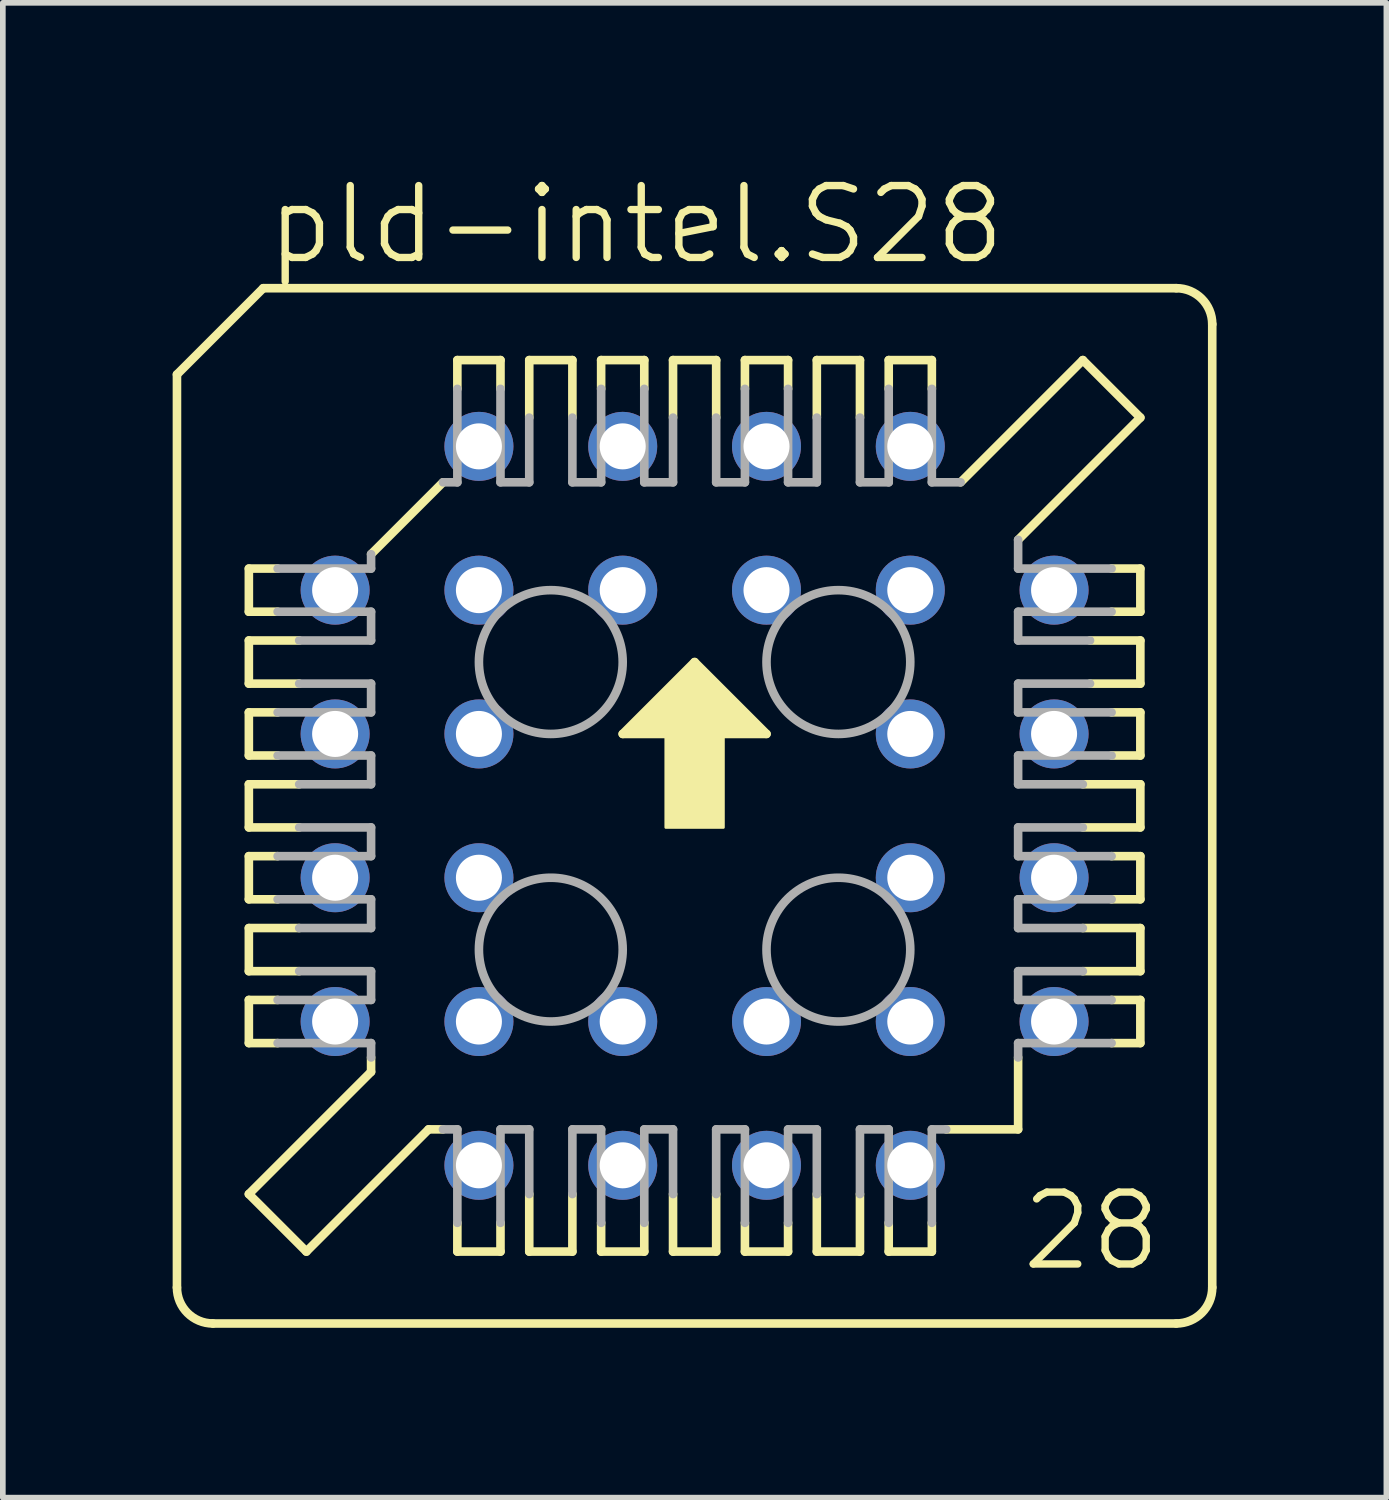
<source format=kicad_pcb>
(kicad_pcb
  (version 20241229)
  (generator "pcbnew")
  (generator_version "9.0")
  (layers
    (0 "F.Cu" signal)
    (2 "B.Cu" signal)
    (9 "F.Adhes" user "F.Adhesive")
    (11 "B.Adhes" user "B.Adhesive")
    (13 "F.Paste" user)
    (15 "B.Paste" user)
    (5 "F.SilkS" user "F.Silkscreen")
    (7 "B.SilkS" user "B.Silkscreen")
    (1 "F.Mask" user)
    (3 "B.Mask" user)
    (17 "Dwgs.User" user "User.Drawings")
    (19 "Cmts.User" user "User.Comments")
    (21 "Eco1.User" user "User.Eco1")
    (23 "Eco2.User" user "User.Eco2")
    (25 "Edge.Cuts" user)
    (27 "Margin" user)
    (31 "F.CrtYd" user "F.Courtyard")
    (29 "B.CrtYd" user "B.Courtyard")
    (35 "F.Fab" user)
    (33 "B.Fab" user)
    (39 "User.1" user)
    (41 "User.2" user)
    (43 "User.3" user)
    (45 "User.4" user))
  (footprint "pld-intel.S28"
    (layer "F.Cu")
    (at 9.22 11.185)
    (property "Reference" "pld-intel.S28" (at -7.62 -9.525 0) (layer "F.SilkS") (effects (font (size 1.27 1.27) (thickness 0.13)) (justify left bottom)))
    (attr through_hole)
    (fp_line (start -9.144 -7.62) (end -9.144 8.509) (stroke (width 0.152) (type default)) (layer "F.SilkS"))
    (fp_line (start -7.874 -4.191) (end -7.366 -4.191) (stroke (width 0.152) (type default)) (layer "F.SilkS"))
    (fp_line (start -7.874 -3.429) (end -7.874 -4.191) (stroke (width 0.152) (type default)) (layer "F.SilkS"))
    (fp_line (start -7.874 -2.921) (end -6.985 -2.921) (stroke (width 0.152) (type default)) (layer "F.SilkS"))
    (fp_line (start -7.874 -2.159) (end -7.874 -2.921) (stroke (width 0.152) (type default)) (layer "F.SilkS"))
    (fp_line (start -7.874 -1.651) (end -7.366 -1.651) (stroke (width 0.152) (type default)) (layer "F.SilkS"))
    (fp_line (start -7.874 -0.889) (end -7.874 -1.651) (stroke (width 0.152) (type default)) (layer "F.SilkS"))
    (fp_line (start -7.874 -0.381) (end -6.985 -0.381) (stroke (width 0.152) (type default)) (layer "F.SilkS"))
    (fp_line (start -7.874 0.381) (end -7.874 -0.381) (stroke (width 0.152) (type default)) (layer "F.SilkS"))
    (fp_line (start -7.874 0.889) (end -7.366 0.889) (stroke (width 0.152) (type default)) (layer "F.SilkS"))
    (fp_line (start -7.874 1.651) (end -7.874 0.889) (stroke (width 0.152) (type default)) (layer "F.SilkS"))
    (fp_line (start -7.874 2.159) (end -6.985 2.159) (stroke (width 0.152) (type default)) (layer "F.SilkS"))
    (fp_line (start -7.874 2.921) (end -7.874 2.159) (stroke (width 0.152) (type default)) (layer "F.SilkS"))
    (fp_line (start -7.874 3.429) (end -7.366 3.429) (stroke (width 0.152) (type default)) (layer "F.SilkS"))
    (fp_line (start -7.874 4.191) (end -7.874 3.429) (stroke (width 0.152) (type default)) (layer "F.SilkS"))
    (fp_line (start -7.874 6.858) (end -5.715 4.699) (stroke (width 0.152) (type default)) (layer "F.SilkS"))
    (fp_line (start -7.62 -9.144) (end -9.144 -7.62) (stroke (width 0.152) (type default)) (layer "F.SilkS"))
    (fp_line (start -7.366 -3.429) (end -7.874 -3.429) (stroke (width 0.152) (type default)) (layer "F.SilkS"))
    (fp_line (start -7.366 -0.889) (end -7.874 -0.889) (stroke (width 0.152) (type default)) (layer "F.SilkS"))
    (fp_line (start -7.366 1.651) (end -7.874 1.651) (stroke (width 0.152) (type default)) (layer "F.SilkS"))
    (fp_line (start -7.366 4.191) (end -7.874 4.191) (stroke (width 0.152) (type default)) (layer "F.SilkS"))
    (fp_line (start -6.985 -2.159) (end -7.874 -2.159) (stroke (width 0.152) (type default)) (layer "F.SilkS"))
    (fp_line (start -6.985 0.381) (end -7.874 0.381) (stroke (width 0.152) (type default)) (layer "F.SilkS"))
    (fp_line (start -6.985 2.921) (end -7.874 2.921) (stroke (width 0.152) (type default)) (layer "F.SilkS"))
    (fp_line (start -6.858 7.874) (end -7.874 6.858) (stroke (width 0.152) (type default)) (layer "F.SilkS"))
    (fp_line (start -6.858 7.874) (end -4.699 5.715) (stroke (width 0.152) (type default)) (layer "F.SilkS"))
    (fp_line (start -5.715 -4.445) (end -4.445 -5.715) (stroke (width 0.152) (type default)) (layer "F.SilkS"))
    (fp_line (start -5.715 4.699) (end -5.715 4.445) (stroke (width 0.152) (type default)) (layer "F.SilkS"))
    (fp_line (start -4.699 5.715) (end -4.445 5.715) (stroke (width 0.152) (type default)) (layer "F.SilkS"))
    (fp_line (start -4.191 -7.874) (end -4.191 -7.366) (stroke (width 0.152) (type default)) (layer "F.SilkS"))
    (fp_line (start -4.191 7.366) (end -4.191 7.874) (stroke (width 0.152) (type default)) (layer "F.SilkS"))
    (fp_line (start -4.191 7.874) (end -3.429 7.874) (stroke (width 0.152) (type default)) (layer "F.SilkS"))
    (fp_line (start -3.429 -7.874) (end -4.191 -7.874) (stroke (width 0.152) (type default)) (layer "F.SilkS"))
    (fp_line (start -3.429 -7.366) (end -3.429 -7.874) (stroke (width 0.152) (type default)) (layer "F.SilkS"))
    (fp_line (start -3.429 7.874) (end -3.429 7.366) (stroke (width 0.152) (type default)) (layer "F.SilkS"))
    (fp_line (start -2.921 -7.874) (end -2.921 -6.858) (stroke (width 0.152) (type default)) (layer "F.SilkS"))
    (fp_line (start -2.921 6.858) (end -2.921 7.874) (stroke (width 0.152) (type default)) (layer "F.SilkS"))
    (fp_line (start -2.921 7.874) (end -2.159 7.874) (stroke (width 0.152) (type default)) (layer "F.SilkS"))
    (fp_line (start -2.159 -7.874) (end -2.921 -7.874) (stroke (width 0.152) (type default)) (layer "F.SilkS"))
    (fp_line (start -2.159 -6.858) (end -2.159 -7.874) (stroke (width 0.152) (type default)) (layer "F.SilkS"))
    (fp_line (start -2.159 7.874) (end -2.159 6.858) (stroke (width 0.152) (type default)) (layer "F.SilkS"))
    (fp_line (start -1.651 -7.874) (end -1.651 -7.366) (stroke (width 0.152) (type default)) (layer "F.SilkS"))
    (fp_line (start -1.651 7.366) (end -1.651 7.874) (stroke (width 0.152) (type default)) (layer "F.SilkS"))
    (fp_line (start -1.651 7.874) (end -0.889 7.874) (stroke (width 0.152) (type default)) (layer "F.SilkS"))
    (fp_line (start -1.27 -1.27) (end 1.27 -1.27) (stroke (width 0.152) (type default)) (layer "F.SilkS"))
    (fp_line (start -0.889 -7.874) (end -1.651 -7.874) (stroke (width 0.152) (type default)) (layer "F.SilkS"))
    (fp_line (start -0.889 -7.366) (end -0.889 -7.874) (stroke (width 0.152) (type default)) (layer "F.SilkS"))
    (fp_line (start -0.889 7.874) (end -0.889 7.366) (stroke (width 0.152) (type default)) (layer "F.SilkS"))
    (fp_line (start -0.381 -7.874) (end -0.381 -6.858) (stroke (width 0.152) (type default)) (layer "F.SilkS"))
    (fp_line (start -0.381 6.858) (end -0.381 7.874) (stroke (width 0.152) (type default)) (layer "F.SilkS"))
    (fp_line (start -0.381 7.874) (end 0.381 7.874) (stroke (width 0.152) (type default)) (layer "F.SilkS"))
    (fp_line (start 0 -2.54) (end -1.27 -1.27) (stroke (width 0.152) (type default)) (layer "F.SilkS"))
    (fp_line (start 0.381 -7.874) (end -0.381 -7.874) (stroke (width 0.152) (type default)) (layer "F.SilkS"))
    (fp_line (start 0.381 -6.858) (end 0.381 -7.874) (stroke (width 0.152) (type default)) (layer "F.SilkS"))
    (fp_line (start 0.381 7.874) (end 0.381 6.858) (stroke (width 0.152) (type default)) (layer "F.SilkS"))
    (fp_line (start 0.889 -7.874) (end 0.889 -7.366) (stroke (width 0.152) (type default)) (layer "F.SilkS"))
    (fp_line (start 0.889 7.366) (end 0.889 7.874) (stroke (width 0.152) (type default)) (layer "F.SilkS"))
    (fp_line (start 0.889 7.874) (end 1.651 7.874) (stroke (width 0.152) (type default)) (layer "F.SilkS"))
    (fp_line (start 1.27 -1.27) (end 0 -2.54) (stroke (width 0.152) (type default)) (layer "F.SilkS"))
    (fp_line (start 1.651 -7.874) (end 0.889 -7.874) (stroke (width 0.152) (type default)) (layer "F.SilkS"))
    (fp_line (start 1.651 -7.366) (end 1.651 -7.874) (stroke (width 0.152) (type default)) (layer "F.SilkS"))
    (fp_line (start 1.651 7.874) (end 1.651 7.366) (stroke (width 0.152) (type default)) (layer "F.SilkS"))
    (fp_line (start 2.159 -7.874) (end 2.159 -6.858) (stroke (width 0.152) (type default)) (layer "F.SilkS"))
    (fp_line (start 2.159 6.858) (end 2.159 7.874) (stroke (width 0.152) (type default)) (layer "F.SilkS"))
    (fp_line (start 2.159 7.874) (end 2.921 7.874) (stroke (width 0.152) (type default)) (layer "F.SilkS"))
    (fp_line (start 2.921 -7.874) (end 2.159 -7.874) (stroke (width 0.152) (type default)) (layer "F.SilkS"))
    (fp_line (start 2.921 -6.858) (end 2.921 -7.874) (stroke (width 0.152) (type default)) (layer "F.SilkS"))
    (fp_line (start 2.921 7.874) (end 2.921 6.858) (stroke (width 0.152) (type default)) (layer "F.SilkS"))
    (fp_line (start 3.429 -7.874) (end 3.429 -7.366) (stroke (width 0.152) (type default)) (layer "F.SilkS"))
    (fp_line (start 3.429 7.366) (end 3.429 7.874) (stroke (width 0.152) (type default)) (layer "F.SilkS"))
    (fp_line (start 3.429 7.874) (end 4.191 7.874) (stroke (width 0.152) (type default)) (layer "F.SilkS"))
    (fp_line (start 4.191 -7.874) (end 3.429 -7.874) (stroke (width 0.152) (type default)) (layer "F.SilkS"))
    (fp_line (start 4.191 -7.366) (end 4.191 -7.874) (stroke (width 0.152) (type default)) (layer "F.SilkS"))
    (fp_line (start 4.191 7.874) (end 4.191 7.366) (stroke (width 0.152) (type default)) (layer "F.SilkS"))
    (fp_line (start 4.445 5.715) (end 5.715 5.715) (stroke (width 0.152) (type default)) (layer "F.SilkS"))
    (fp_line (start 5.715 4.445) (end 5.715 5.715) (stroke (width 0.152) (type default)) (layer "F.SilkS"))
    (fp_line (start 6.858 -7.874) (end 4.699 -5.715) (stroke (width 0.152) (type default)) (layer "F.SilkS"))
    (fp_line (start 6.858 -0.381) (end 7.874 -0.381) (stroke (width 0.152) (type default)) (layer "F.SilkS"))
    (fp_line (start 6.858 2.159) (end 7.874 2.159) (stroke (width 0.152) (type default)) (layer "F.SilkS"))
    (fp_line (start 6.985 -2.921) (end 7.874 -2.921) (stroke (width 0.152) (type default)) (layer "F.SilkS"))
    (fp_line (start 7.366 -4.191) (end 7.874 -4.191) (stroke (width 0.152) (type default)) (layer "F.SilkS"))
    (fp_line (start 7.366 -1.651) (end 7.874 -1.651) (stroke (width 0.152) (type default)) (layer "F.SilkS"))
    (fp_line (start 7.366 0.889) (end 7.874 0.889) (stroke (width 0.152) (type default)) (layer "F.SilkS"))
    (fp_line (start 7.366 3.429) (end 7.874 3.429) (stroke (width 0.152) (type default)) (layer "F.SilkS"))
    (fp_line (start 7.874 -6.858) (end 5.715 -4.699) (stroke (width 0.152) (type default)) (layer "F.SilkS"))
    (fp_line (start 7.874 -6.858) (end 6.858 -7.874) (stroke (width 0.152) (type default)) (layer "F.SilkS"))
    (fp_line (start 7.874 -4.191) (end 7.874 -3.429) (stroke (width 0.152) (type default)) (layer "F.SilkS"))
    (fp_line (start 7.874 -3.429) (end 7.366 -3.429) (stroke (width 0.152) (type default)) (layer "F.SilkS"))
    (fp_line (start 7.874 -2.921) (end 7.874 -2.159) (stroke (width 0.152) (type default)) (layer "F.SilkS"))
    (fp_line (start 7.874 -2.159) (end 6.985 -2.159) (stroke (width 0.152) (type default)) (layer "F.SilkS"))
    (fp_line (start 7.874 -1.651) (end 7.874 -0.889) (stroke (width 0.152) (type default)) (layer "F.SilkS"))
    (fp_line (start 7.874 -0.889) (end 7.366 -0.889) (stroke (width 0.152) (type default)) (layer "F.SilkS"))
    (fp_line (start 7.874 -0.381) (end 7.874 0.381) (stroke (width 0.152) (type default)) (layer "F.SilkS"))
    (fp_line (start 7.874 0.381) (end 6.858 0.381) (stroke (width 0.152) (type default)) (layer "F.SilkS"))
    (fp_line (start 7.874 0.889) (end 7.874 1.651) (stroke (width 0.152) (type default)) (layer "F.SilkS"))
    (fp_line (start 7.874 1.651) (end 7.366 1.651) (stroke (width 0.152) (type default)) (layer "F.SilkS"))
    (fp_line (start 7.874 2.159) (end 7.874 2.921) (stroke (width 0.152) (type default)) (layer "F.SilkS"))
    (fp_line (start 7.874 2.921) (end 6.858 2.921) (stroke (width 0.152) (type default)) (layer "F.SilkS"))
    (fp_line (start 7.874 3.429) (end 7.874 4.191) (stroke (width 0.152) (type default)) (layer "F.SilkS"))
    (fp_line (start 7.874 4.191) (end 7.366 4.191) (stroke (width 0.152) (type default)) (layer "F.SilkS"))
    (fp_line (start 8.509 -9.144) (end -7.62 -9.144) (stroke (width 0.152) (type default)) (layer "F.SilkS"))
    (fp_line (start 8.509 9.144) (end -8.509 9.144) (stroke (width 0.152) (type default)) (layer "F.SilkS"))
    (fp_line (start 9.144 8.509) (end 9.144 -8.509) (stroke (width 0.152) (type default)) (layer "F.SilkS"))
    (fp_rect (start -1.143 -1.27) (end -0.889 -1.397) (stroke (width 0.05) (type default)) (fill yes) (layer "F.SilkS"))
    (fp_rect (start -1.016 -1.397) (end -0.889 -1.524) (stroke (width 0.05) (type default)) (fill yes) (layer "F.SilkS"))
    (fp_rect (start -0.889 -1.27) (end 0.889 -1.651) (stroke (width 0.05) (type default)) (fill yes) (layer "F.SilkS"))
    (fp_rect (start -0.762 -1.651) (end -0.635 -1.778) (stroke (width 0.05) (type default)) (fill yes) (layer "F.SilkS"))
    (fp_rect (start -0.635 -1.651) (end 0.635 -1.905) (stroke (width 0.05) (type default)) (fill yes) (layer "F.SilkS"))
    (fp_rect (start -0.508 -1.905) (end -0.381 -2.032) (stroke (width 0.05) (type default)) (fill yes) (layer "F.SilkS"))
    (fp_rect (start -0.508 0.381) (end 0.508 -1.524) (stroke (width 0.05) (type default)) (fill yes) (layer "F.SilkS"))
    (fp_rect (start -0.381 -1.905) (end 0.381 -2.159) (stroke (width 0.05) (type default)) (fill yes) (layer "F.SilkS"))
    (fp_rect (start -0.254 -2.159) (end -0.127 -2.286) (stroke (width 0.05) (type default)) (fill yes) (layer "F.SilkS"))
    (fp_rect (start -0.127 -2.159) (end 0.127 -2.413) (stroke (width 0.05) (type default)) (fill yes) (layer "F.SilkS"))
    (fp_rect (start 0.127 -2.159) (end 0.254 -2.286) (stroke (width 0.05) (type default)) (fill yes) (layer "F.SilkS"))
    (fp_rect (start 0.381 -1.905) (end 0.508 -2.032) (stroke (width 0.05) (type default)) (fill yes) (layer "F.SilkS"))
    (fp_rect (start 0.635 -1.651) (end 0.762 -1.778) (stroke (width 0.05) (type default)) (fill yes) (layer "F.SilkS"))
    (fp_rect (start 0.889 -1.397) (end 1.016 -1.524) (stroke (width 0.05) (type default)) (fill yes) (layer "F.SilkS"))
    (fp_rect (start 0.889 -1.27) (end 1.143 -1.397) (stroke (width 0.05) (type default)) (fill yes) (layer "F.SilkS"))
    (fp_arc (start -8.509 9.144) (mid -8.958013 8.958013) (end -9.144 8.509) (stroke (width 0.1524) (type default)) (layer "F.SilkS"))
    (fp_arc (start 8.509 -9.144) (mid 8.958013 -8.958013) (end 9.144 -8.509) (stroke (width 0.1524) (type default)) (layer "F.SilkS"))
    (fp_arc (start 9.144 8.509) (mid 8.958013 8.958013) (end 8.509 9.144) (stroke (width 0.1524) (type default)) (layer "F.SilkS"))
    (fp_line (start -7.366 -3.429) (end -5.715 -3.429) (stroke (width 0.152) (type default)) (layer "F.Fab"))
    (fp_line (start -7.366 -0.889) (end -5.715 -0.889) (stroke (width 0.152) (type default)) (layer "F.Fab"))
    (fp_line (start -7.366 1.651) (end -5.715 1.651) (stroke (width 0.152) (type default)) (layer "F.Fab"))
    (fp_line (start -7.366 4.191) (end -5.715 4.191) (stroke (width 0.152) (type default)) (layer "F.Fab"))
    (fp_line (start -6.985 -2.159) (end -5.715 -2.159) (stroke (width 0.152) (type default)) (layer "F.Fab"))
    (fp_line (start -6.985 0.381) (end -5.715 0.381) (stroke (width 0.152) (type default)) (layer "F.Fab"))
    (fp_line (start -6.985 2.921) (end -5.715 2.921) (stroke (width 0.152) (type default)) (layer "F.Fab"))
    (fp_line (start -5.715 -4.191) (end -7.366 -4.191) (stroke (width 0.152) (type default)) (layer "F.Fab"))
    (fp_line (start -5.715 -4.191) (end -5.715 -4.445) (stroke (width 0.152) (type default)) (layer "F.Fab"))
    (fp_line (start -5.715 -2.921) (end -6.985 -2.921) (stroke (width 0.152) (type default)) (layer "F.Fab"))
    (fp_line (start -5.715 -2.921) (end -5.715 -3.429) (stroke (width 0.152) (type default)) (layer "F.Fab"))
    (fp_line (start -5.715 -1.651) (end -7.366 -1.651) (stroke (width 0.152) (type default)) (layer "F.Fab"))
    (fp_line (start -5.715 -1.651) (end -5.715 -2.159) (stroke (width 0.152) (type default)) (layer "F.Fab"))
    (fp_line (start -5.715 -0.381) (end -6.985 -0.381) (stroke (width 0.152) (type default)) (layer "F.Fab"))
    (fp_line (start -5.715 -0.381) (end -5.715 -0.889) (stroke (width 0.152) (type default)) (layer "F.Fab"))
    (fp_line (start -5.715 0.889) (end -7.366 0.889) (stroke (width 0.152) (type default)) (layer "F.Fab"))
    (fp_line (start -5.715 0.889) (end -5.715 0.381) (stroke (width 0.152) (type default)) (layer "F.Fab"))
    (fp_line (start -5.715 2.159) (end -6.985 2.159) (stroke (width 0.152) (type default)) (layer "F.Fab"))
    (fp_line (start -5.715 2.159) (end -5.715 1.651) (stroke (width 0.152) (type default)) (layer "F.Fab"))
    (fp_line (start -5.715 3.429) (end -7.366 3.429) (stroke (width 0.152) (type default)) (layer "F.Fab"))
    (fp_line (start -5.715 3.429) (end -5.715 2.921) (stroke (width 0.152) (type default)) (layer "F.Fab"))
    (fp_line (start -5.715 4.445) (end -5.715 4.191) (stroke (width 0.152) (type default)) (layer "F.Fab"))
    (fp_line (start -4.191 -5.715) (end -4.445 -5.715) (stroke (width 0.152) (type default)) (layer "F.Fab"))
    (fp_line (start -4.191 -5.715) (end -4.191 -7.366) (stroke (width 0.152) (type default)) (layer "F.Fab"))
    (fp_line (start -4.191 5.715) (end -4.445 5.715) (stroke (width 0.152) (type default)) (layer "F.Fab"))
    (fp_line (start -4.191 7.366) (end -4.191 5.715) (stroke (width 0.152) (type default)) (layer "F.Fab"))
    (fp_line (start -3.429 -7.366) (end -3.429 -5.715) (stroke (width 0.152) (type default)) (layer "F.Fab"))
    (fp_line (start -3.429 5.715) (end -3.429 7.366) (stroke (width 0.152) (type default)) (layer "F.Fab"))
    (fp_line (start -3.429 5.715) (end -2.921 5.715) (stroke (width 0.152) (type default)) (layer "F.Fab"))
    (fp_line (start -2.921 -5.715) (end -3.429 -5.715) (stroke (width 0.152) (type default)) (layer "F.Fab"))
    (fp_line (start -2.921 -5.715) (end -2.921 -6.858) (stroke (width 0.152) (type default)) (layer "F.Fab"))
    (fp_line (start -2.921 6.858) (end -2.921 5.715) (stroke (width 0.152) (type default)) (layer "F.Fab"))
    (fp_line (start -2.159 -6.858) (end -2.159 -5.715) (stroke (width 0.152) (type default)) (layer "F.Fab"))
    (fp_line (start -2.159 5.715) (end -2.159 6.858) (stroke (width 0.152) (type default)) (layer "F.Fab"))
    (fp_line (start -2.159 5.715) (end -1.651 5.715) (stroke (width 0.152) (type default)) (layer "F.Fab"))
    (fp_line (start -1.651 -5.715) (end -2.159 -5.715) (stroke (width 0.152) (type default)) (layer "F.Fab"))
    (fp_line (start -1.651 -5.715) (end -1.651 -7.366) (stroke (width 0.152) (type default)) (layer "F.Fab"))
    (fp_line (start -1.651 7.366) (end -1.651 5.715) (stroke (width 0.152) (type default)) (layer "F.Fab"))
    (fp_line (start -0.889 -7.366) (end -0.889 -5.715) (stroke (width 0.152) (type default)) (layer "F.Fab"))
    (fp_line (start -0.889 5.715) (end -0.889 7.366) (stroke (width 0.152) (type default)) (layer "F.Fab"))
    (fp_line (start -0.889 5.715) (end -0.381 5.715) (stroke (width 0.152) (type default)) (layer "F.Fab"))
    (fp_line (start -0.381 -5.715) (end -0.889 -5.715) (stroke (width 0.152) (type default)) (layer "F.Fab"))
    (fp_line (start -0.381 -5.715) (end -0.381 -6.858) (stroke (width 0.152) (type default)) (layer "F.Fab"))
    (fp_line (start -0.381 6.858) (end -0.381 5.715) (stroke (width 0.152) (type default)) (layer "F.Fab"))
    (fp_line (start 0.381 -6.858) (end 0.381 -5.715) (stroke (width 0.152) (type default)) (layer "F.Fab"))
    (fp_line (start 0.381 5.715) (end 0.381 6.858) (stroke (width 0.152) (type default)) (layer "F.Fab"))
    (fp_line (start 0.381 5.715) (end 0.889 5.715) (stroke (width 0.152) (type default)) (layer "F.Fab"))
    (fp_line (start 0.889 -5.715) (end 0.381 -5.715) (stroke (width 0.152) (type default)) (layer "F.Fab"))
    (fp_line (start 0.889 -5.715) (end 0.889 -7.366) (stroke (width 0.152) (type default)) (layer "F.Fab"))
    (fp_line (start 0.889 7.366) (end 0.889 5.715) (stroke (width 0.152) (type default)) (layer "F.Fab"))
    (fp_line (start 1.651 -7.366) (end 1.651 -5.715) (stroke (width 0.152) (type default)) (layer "F.Fab"))
    (fp_line (start 1.651 5.715) (end 1.651 7.366) (stroke (width 0.152) (type default)) (layer "F.Fab"))
    (fp_line (start 1.651 5.715) (end 2.159 5.715) (stroke (width 0.152) (type default)) (layer "F.Fab"))
    (fp_line (start 2.159 -5.715) (end 1.651 -5.715) (stroke (width 0.152) (type default)) (layer "F.Fab"))
    (fp_line (start 2.159 -5.715) (end 2.159 -6.858) (stroke (width 0.152) (type default)) (layer "F.Fab"))
    (fp_line (start 2.159 6.858) (end 2.159 5.715) (stroke (width 0.152) (type default)) (layer "F.Fab"))
    (fp_line (start 2.921 -6.858) (end 2.921 -5.715) (stroke (width 0.152) (type default)) (layer "F.Fab"))
    (fp_line (start 2.921 5.715) (end 2.921 6.858) (stroke (width 0.152) (type default)) (layer "F.Fab"))
    (fp_line (start 2.921 5.715) (end 3.429 5.715) (stroke (width 0.152) (type default)) (layer "F.Fab"))
    (fp_line (start 3.429 -5.715) (end 2.921 -5.715) (stroke (width 0.152) (type default)) (layer "F.Fab"))
    (fp_line (start 3.429 -5.715) (end 3.429 -7.366) (stroke (width 0.152) (type default)) (layer "F.Fab"))
    (fp_line (start 3.429 7.366) (end 3.429 5.715) (stroke (width 0.152) (type default)) (layer "F.Fab"))
    (fp_line (start 4.191 -7.366) (end 4.191 -5.715) (stroke (width 0.152) (type default)) (layer "F.Fab"))
    (fp_line (start 4.191 5.715) (end 4.191 7.366) (stroke (width 0.152) (type default)) (layer "F.Fab"))
    (fp_line (start 4.445 5.715) (end 4.191 5.715) (stroke (width 0.152) (type default)) (layer "F.Fab"))
    (fp_line (start 4.699 -5.715) (end 4.191 -5.715) (stroke (width 0.152) (type default)) (layer "F.Fab"))
    (fp_line (start 5.715 -4.699) (end 5.715 -4.191) (stroke (width 0.152) (type default)) (layer "F.Fab"))
    (fp_line (start 5.715 -3.429) (end 5.715 -2.921) (stroke (width 0.152) (type default)) (layer "F.Fab"))
    (fp_line (start 5.715 -3.429) (end 7.366 -3.429) (stroke (width 0.152) (type default)) (layer "F.Fab"))
    (fp_line (start 5.715 -2.159) (end 5.715 -1.651) (stroke (width 0.152) (type default)) (layer "F.Fab"))
    (fp_line (start 5.715 -2.159) (end 6.985 -2.159) (stroke (width 0.152) (type default)) (layer "F.Fab"))
    (fp_line (start 5.715 -0.889) (end 5.715 -0.381) (stroke (width 0.152) (type default)) (layer "F.Fab"))
    (fp_line (start 5.715 -0.889) (end 7.366 -0.889) (stroke (width 0.152) (type default)) (layer "F.Fab"))
    (fp_line (start 5.715 0.381) (end 5.715 0.889) (stroke (width 0.152) (type default)) (layer "F.Fab"))
    (fp_line (start 5.715 0.381) (end 6.858 0.381) (stroke (width 0.152) (type default)) (layer "F.Fab"))
    (fp_line (start 5.715 1.651) (end 5.715 2.159) (stroke (width 0.152) (type default)) (layer "F.Fab"))
    (fp_line (start 5.715 1.651) (end 7.366 1.651) (stroke (width 0.152) (type default)) (layer "F.Fab"))
    (fp_line (start 5.715 2.921) (end 5.715 3.429) (stroke (width 0.152) (type default)) (layer "F.Fab"))
    (fp_line (start 5.715 2.921) (end 6.858 2.921) (stroke (width 0.152) (type default)) (layer "F.Fab"))
    (fp_line (start 5.715 4.191) (end 7.366 4.191) (stroke (width 0.152) (type default)) (layer "F.Fab"))
    (fp_line (start 5.715 4.445) (end 5.715 4.191) (stroke (width 0.152) (type default)) (layer "F.Fab"))
    (fp_line (start 6.858 -0.381) (end 5.715 -0.381) (stroke (width 0.152) (type default)) (layer "F.Fab"))
    (fp_line (start 6.858 2.159) (end 5.715 2.159) (stroke (width 0.152) (type default)) (layer "F.Fab"))
    (fp_line (start 6.985 -2.921) (end 5.715 -2.921) (stroke (width 0.152) (type default)) (layer "F.Fab"))
    (fp_line (start 7.366 -4.191) (end 5.715 -4.191) (stroke (width 0.152) (type default)) (layer "F.Fab"))
    (fp_line (start 7.366 -1.651) (end 5.715 -1.651) (stroke (width 0.152) (type default)) (layer "F.Fab"))
    (fp_line (start 7.366 0.889) (end 5.715 0.889) (stroke (width 0.152) (type default)) (layer "F.Fab"))
    (fp_line (start 7.366 3.429) (end 5.715 3.429) (stroke (width 0.152) (type default)) (layer "F.Fab"))
    (fp_circle (center -2.54 -2.54) (end -1.27 -2.54) (stroke (width 0.152) (type default)) (fill no) (layer "F.Fab"))
    (fp_circle (center -2.54 2.54) (end -1.27 2.54) (stroke (width 0.152) (type default)) (fill no) (layer "F.Fab"))
    (fp_circle (center 2.54 -2.54) (end 3.81 -2.54) (stroke (width 0.152) (type default)) (fill no) (layer "F.Fab"))
    (fp_circle (center 2.54 2.54) (end 3.81 2.54) (stroke (width 0.152) (type default)) (fill no) (layer "F.Fab"))
    (fp_text user "28" (at 5.715 8.255 0) (layer "F.SilkS") (effects (font (size 1.27 1.27) (thickness 0.13)) (justify left bottom)))
    (pad "1" thru_hole circle (at 1.27 -3.81) (size 1.219 1.219) (drill 0.813) (layers "*.Cu" "*.Mask"))
    (pad "2" thru_hole circle (at -1.27 -6.35) (size 1.219 1.219) (drill 0.813) (layers "*.Cu" "*.Mask"))
    (pad "3" thru_hole circle (at -1.27 -3.81) (size 1.219 1.219) (drill 0.813) (layers "*.Cu" "*.Mask"))
    (pad "4" thru_hole circle (at -3.81 -6.35) (size 1.219 1.219) (drill 0.813) (layers "*.Cu" "*.Mask"))
    (pad "5" thru_hole circle (at -6.35 -3.81) (size 1.219 1.219) (drill 0.813) (layers "*.Cu" "*.Mask"))
    (pad "6" thru_hole circle (at -3.81 -3.81) (size 1.219 1.219) (drill 0.813) (layers "*.Cu" "*.Mask"))
    (pad "7" thru_hole circle (at -6.35 -1.27) (size 1.219 1.219) (drill 0.813) (layers "*.Cu" "*.Mask"))
    (pad "8" thru_hole circle (at -3.81 -1.27) (size 1.219 1.219) (drill 0.813) (layers "*.Cu" "*.Mask"))
    (pad "9" thru_hole circle (at -6.35 1.27) (size 1.219 1.219) (drill 0.813) (layers "*.Cu" "*.Mask"))
    (pad "10" thru_hole circle (at -3.81 1.27) (size 1.219 1.219) (drill 0.813) (layers "*.Cu" "*.Mask"))
    (pad "11" thru_hole circle (at -6.35 3.81) (size 1.219 1.219) (drill 0.813) (layers "*.Cu" "*.Mask"))
    (pad "12" thru_hole circle (at -3.81 6.35) (size 1.219 1.219) (drill 0.813) (layers "*.Cu" "*.Mask"))
    (pad "13" thru_hole circle (at -3.81 3.81) (size 1.219 1.219) (drill 0.813) (layers "*.Cu" "*.Mask"))
    (pad "14" thru_hole circle (at -1.27 6.35) (size 1.219 1.219) (drill 0.813) (layers "*.Cu" "*.Mask"))
    (pad "15" thru_hole circle (at -1.27 3.81) (size 1.219 1.219) (drill 0.813) (layers "*.Cu" "*.Mask"))
    (pad "16" thru_hole circle (at 1.27 6.35) (size 1.219 1.219) (drill 0.813) (layers "*.Cu" "*.Mask"))
    (pad "17" thru_hole circle (at 1.27 3.81) (size 1.219 1.219) (drill 0.813) (layers "*.Cu" "*.Mask"))
    (pad "18" thru_hole circle (at 3.81 6.35) (size 1.219 1.219) (drill 0.813) (layers "*.Cu" "*.Mask"))
    (pad "19" thru_hole circle (at 6.35 3.81) (size 1.219 1.219) (drill 0.813) (layers "*.Cu" "*.Mask"))
    (pad "20" thru_hole circle (at 3.81 3.81) (size 1.219 1.219) (drill 0.813) (layers "*.Cu" "*.Mask"))
    (pad "21" thru_hole circle (at 6.35 1.27) (size 1.219 1.219) (drill 0.813) (layers "*.Cu" "*.Mask"))
    (pad "22" thru_hole circle (at 3.81 1.27) (size 1.219 1.219) (drill 0.813) (layers "*.Cu" "*.Mask"))
    (pad "23" thru_hole circle (at 6.35 -1.27) (size 1.219 1.219) (drill 0.813) (layers "*.Cu" "*.Mask"))
    (pad "24" thru_hole circle (at 3.81 -1.27) (size 1.219 1.219) (drill 0.813) (layers "*.Cu" "*.Mask"))
    (pad "25" thru_hole circle (at 6.35 -3.81) (size 1.219 1.219) (drill 0.813) (layers "*.Cu" "*.Mask"))
    (pad "26" thru_hole circle (at 3.81 -6.35) (size 1.219 1.219) (drill 0.813) (layers "*.Cu" "*.Mask"))
    (pad "27" thru_hole circle (at 3.81 -3.81) (size 1.219 1.219) (drill 0.813) (layers "*.Cu" "*.Mask"))
    (pad "28" thru_hole circle (at 1.27 -6.35) (size 1.219 1.219) (drill 0.813) (layers "*.Cu" "*.Mask")))
  (gr_rect
    (start -3 -3)
    (end 21.44 23.405)
    (stroke (width 0.1) (type default))
    (fill no)
    (layer "Edge.Cuts")))
</source>
